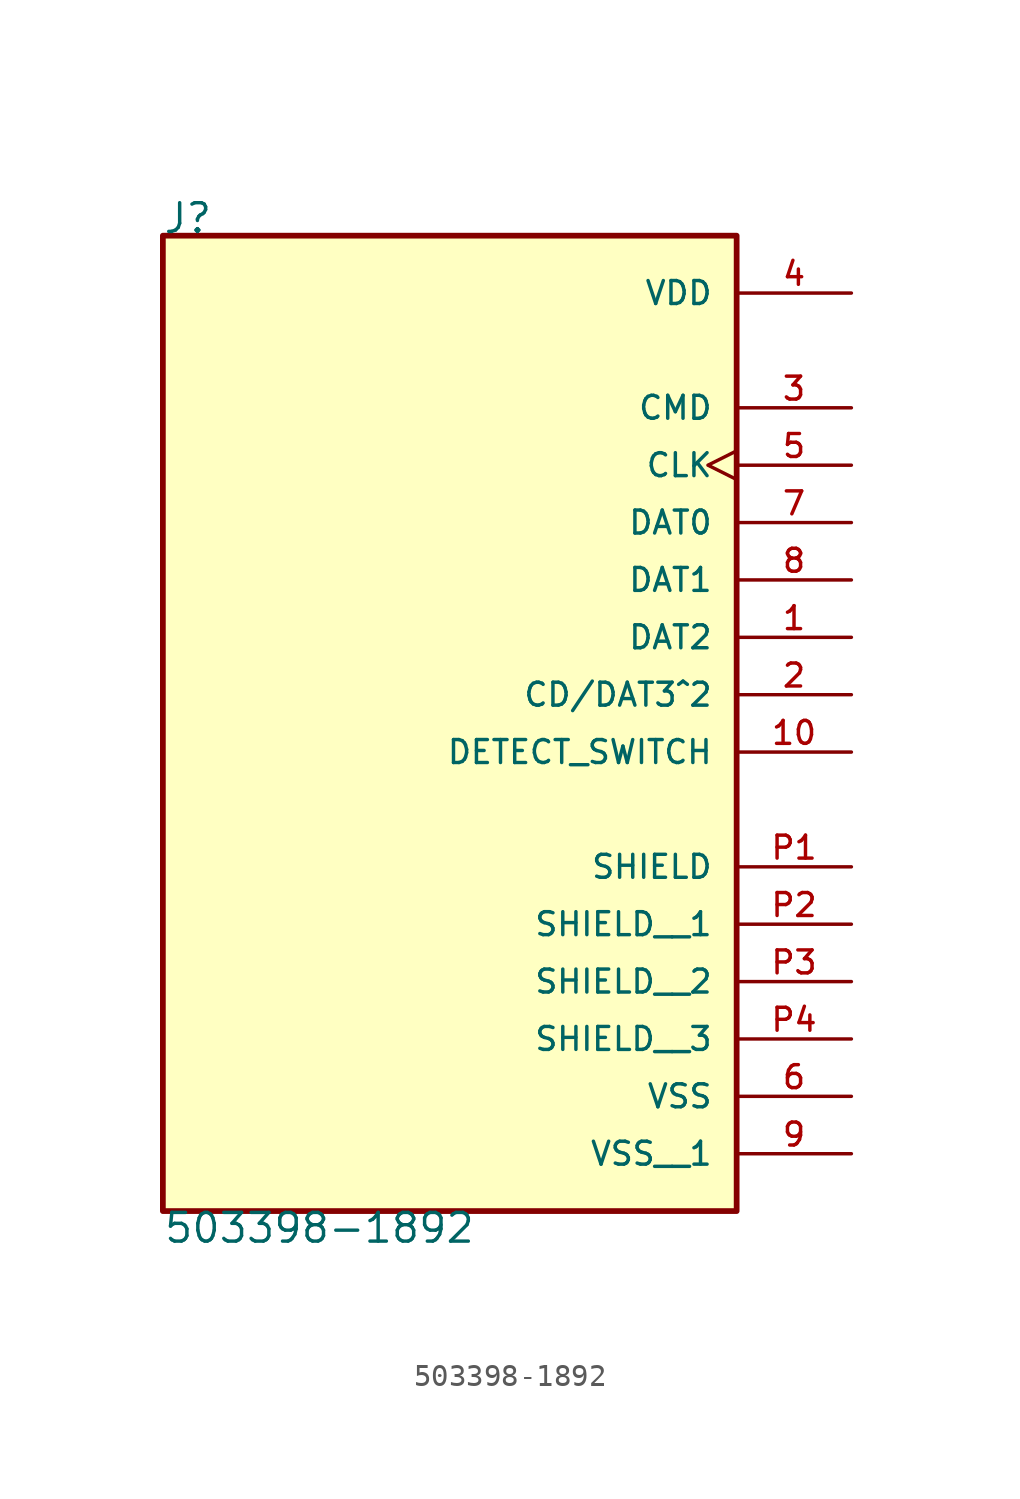
<source format=kicad_sym>
(kicad_symbol_lib
  (version 20231120)
  (generator "kicad_symbol_editor")
  (generator_version "8.0")
  (symbol "503398-1892"
    (pin_names
      (offset 1.016))
    (property "Reference" "J"
      (at -12.722 15.266 0)
      (effects (font (size 1.27 1.27)) (justify left bottom)))
    (property "Value" "503398-1892"
      (at -12.704 -27.946 0)
      (effects (font (size 1.27 1.27)) (justify left top)))
    (symbol "503398-1892_0_0"
      (rectangle (start -12.7 -27.94) (end 12.7 15.24) (stroke (width 0.254) (type default)) (fill (type background)))
      (pin passive line (at 17.78 -2.54 180) (length 5.08) (name "DAT2" (effects (font (size 1.016 1.016)))) (number "1" (effects (font (size 1.016 1.016)))))
      (pin passive line (at 17.78 -7.62 180) (length 5.08) (name "DETECT_SWITCH" (effects (font (size 1.016 1.016)))) (number "10" (effects (font (size 1.016 1.016)))))
      (pin passive line (at 17.78 -5.08 180) (length 5.08) (name "CD/DAT3^2" (effects (font (size 1.016 1.016)))) (number "2" (effects (font (size 1.016 1.016)))))
      (pin passive line (at 17.78 7.62 180) (length 5.08) (name "CMD" (effects (font (size 1.016 1.016)))) (number "3" (effects (font (size 1.016 1.016)))))
      (pin power_in line (at 17.78 12.7 180) (length 5.08) (name "VDD" (effects (font (size 1.016 1.016)))) (number "4" (effects (font (size 1.016 1.016)))))
      (pin passive clock (at 17.78 5.08 180) (length 5.08) (name "CLK" (effects (font (size 1.016 1.016)))) (number "5" (effects (font (size 1.016 1.016)))))
      (pin power_in line (at 17.78 -22.86 180) (length 5.08) (name "VSS" (effects (font (size 1.016 1.016)))) (number "6" (effects (font (size 1.016 1.016)))))
      (pin passive line (at 17.78 2.54 180) (length 5.08) (name "DAT0" (effects (font (size 1.016 1.016)))) (number "7" (effects (font (size 1.016 1.016)))))
      (pin passive line (at 17.78 0 180) (length 5.08) (name "DAT1" (effects (font (size 1.016 1.016)))) (number "8" (effects (font (size 1.016 1.016)))))
      (pin power_in line (at 17.78 -25.4 180) (length 5.08) (name "VSS__1" (effects (font (size 1.016 1.016)))) (number "9" (effects (font (size 1.016 1.016)))))
      (pin passive line (at 17.78 -12.7 180) (length 5.08) (name "SHIELD" (effects (font (size 1.016 1.016)))) (number "P1" (effects (font (size 1.016 1.016)))))
      (pin passive line (at 17.78 -15.24 180) (length 5.08) (name "SHIELD__1" (effects (font (size 1.016 1.016)))) (number "P2" (effects (font (size 1.016 1.016)))))
      (pin passive line (at 17.78 -17.78 180) (length 5.08) (name "SHIELD__2" (effects (font (size 1.016 1.016)))) (number "P3" (effects (font (size 1.016 1.016)))))
      (pin passive line (at 17.78 -20.32 180) (length 5.08) (name "SHIELD__3" (effects (font (size 1.016 1.016)))) (number "P4" (effects (font (size 1.016 1.016))))))))
</source>
